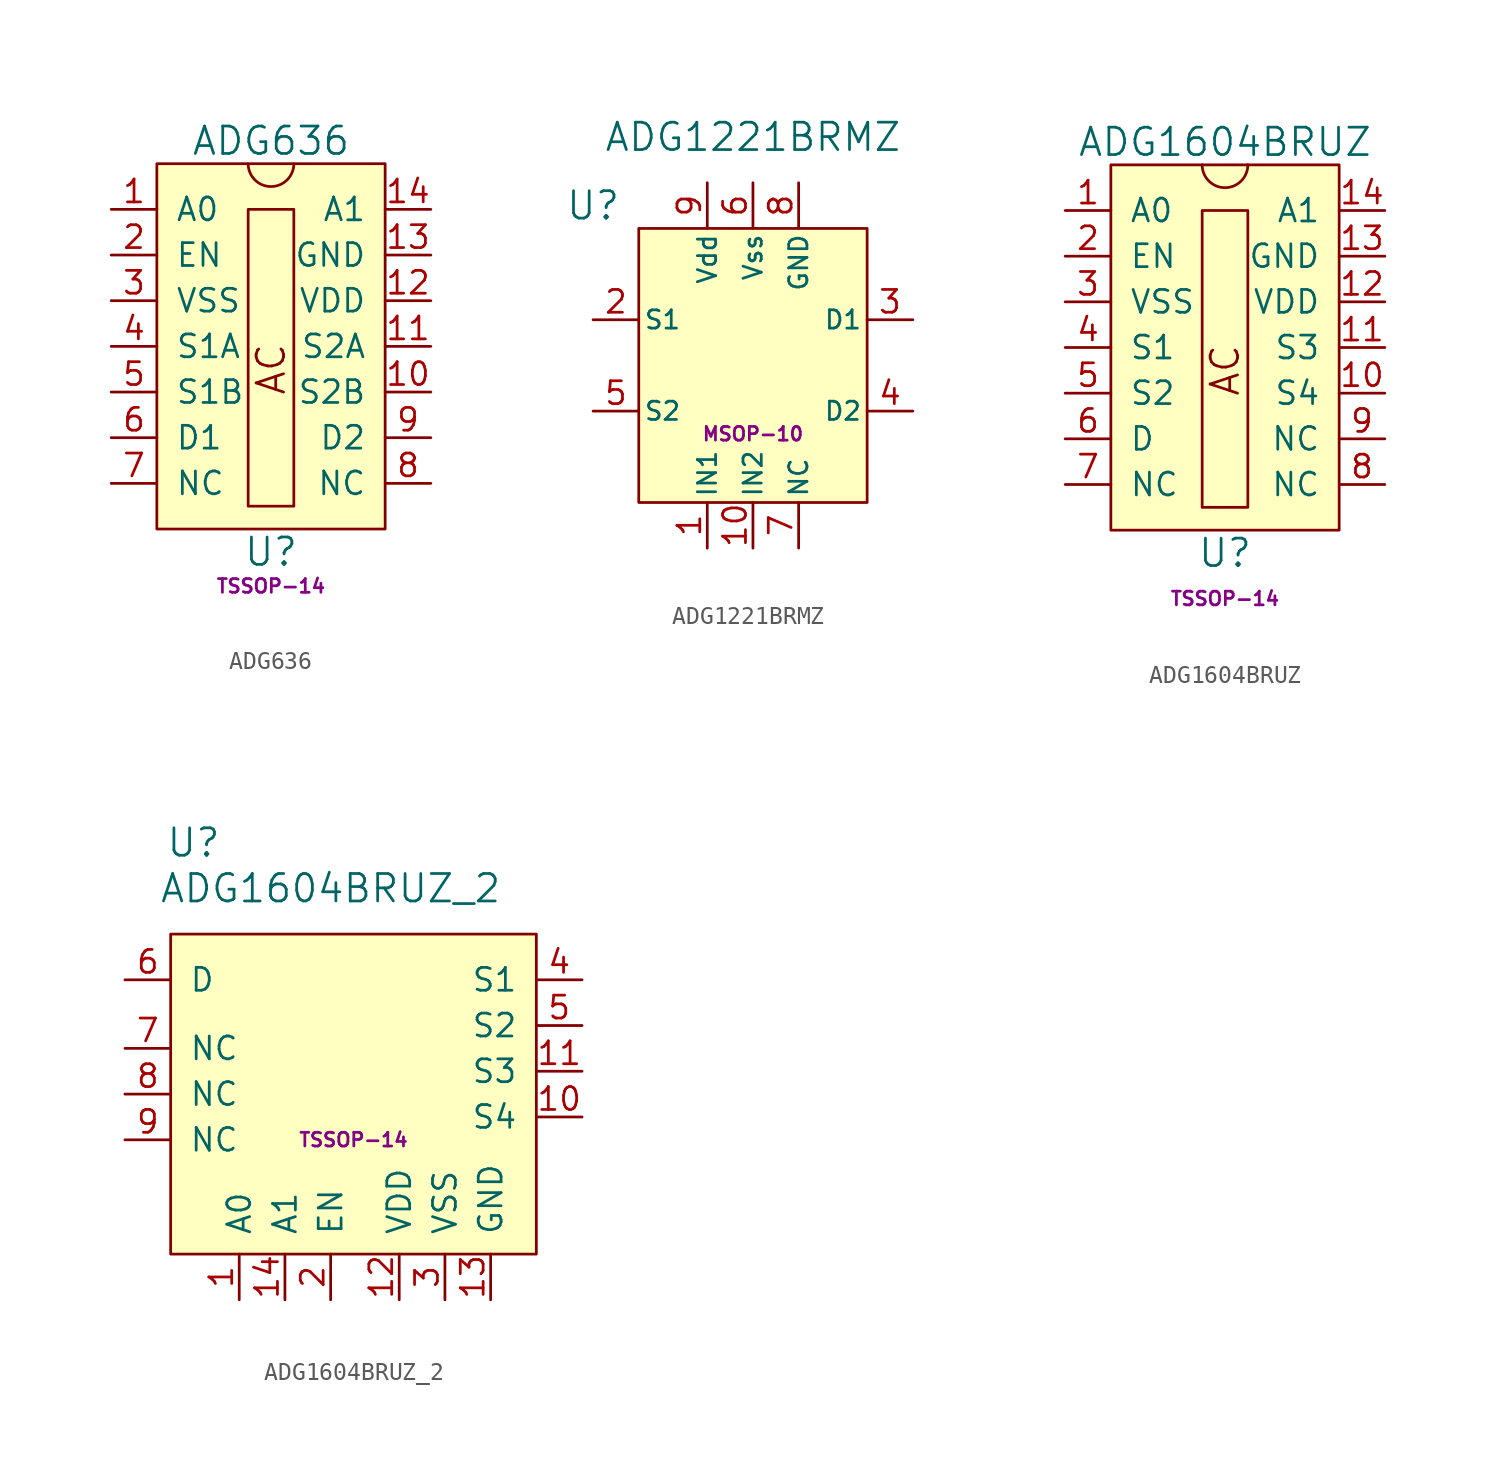
<source format=kicad_sym>
(kicad_symbol_lib
  (version 20220914)
  (generator kicad_symbol_editor)
  (symbol "ADG636"
    (pin_names
      (offset 1.016))
    (property "Reference" "U"
      (at 0 -10.16 0)
      (effects (font (size 1.524 1.524))))
    (property "Value" "ADG636"
      (at 0 12.7 0)
      (effects (font (size 1.524 1.524))))
    (property "Footprint" "TSSOP-14"
      (at 0 -12.065 0)
      (effects (font (size 0.762 0.762))))
    (property "Datasheet" ""
      (at 0 0 0)
      (effects (font (size 1.524 1.524))))
    (symbol "ADG636_0_0"
      (text "AC" (at 0 0 900) (effects (font (size 1.524 1.524)))))
    (symbol "ADG636_0_1"
      (rectangle (start -6.35 11.43) (end 6.35 -8.89) (stroke (width 0) (type default)) (fill (type background)))
      (arc (start -1.27 11.43) (mid 0 10.1655) (end 1.27 11.43) (stroke (width 0) (type default)) (fill (type none)))
      (polyline (pts (xy -1.27 8.89) (xy 1.27 8.89) (xy 1.27 -7.62) (xy -1.27 -7.62) (xy -1.27 8.89) (xy -1.27 8.89)) (stroke (width 0) (type default)) (fill (type none))))
    (symbol "ADG636_1_1"
      (pin bidirectional line (at -8.89 8.89 0) (length 2.54) (name "A0" (effects (font (size 1.27 1.27)))) (number "1" (effects (font (size 1.27 1.27)))))
      (pin bidirectional line (at 8.89 -1.27 180) (length 2.54) (name "S2B" (effects (font (size 1.27 1.27)))) (number "10" (effects (font (size 1.27 1.27)))))
      (pin bidirectional line (at 8.89 1.27 180) (length 2.54) (name "S2A" (effects (font (size 1.27 1.27)))) (number "11" (effects (font (size 1.27 1.27)))))
      (pin bidirectional line (at 8.89 3.81 180) (length 2.54) (name "VDD" (effects (font (size 1.27 1.27)))) (number "12" (effects (font (size 1.27 1.27)))))
      (pin bidirectional line (at 8.89 6.35 180) (length 2.54) (name "GND" (effects (font (size 1.27 1.27)))) (number "13" (effects (font (size 1.27 1.27)))))
      (pin bidirectional line (at 8.89 8.89 180) (length 2.54) (name "A1" (effects (font (size 1.27 1.27)))) (number "14" (effects (font (size 1.27 1.27)))))
      (pin bidirectional line (at -8.89 6.35 0) (length 2.54) (name "EN" (effects (font (size 1.27 1.27)))) (number "2" (effects (font (size 1.27 1.27)))))
      (pin bidirectional line (at -8.89 3.81 0) (length 2.54) (name "VSS" (effects (font (size 1.27 1.27)))) (number "3" (effects (font (size 1.27 1.27)))))
      (pin bidirectional line (at -8.89 1.27 0) (length 2.54) (name "S1A" (effects (font (size 1.27 1.27)))) (number "4" (effects (font (size 1.27 1.27)))))
      (pin bidirectional line (at -8.89 -1.27 0) (length 2.54) (name "S1B" (effects (font (size 1.27 1.27)))) (number "5" (effects (font (size 1.27 1.27)))))
      (pin bidirectional line (at -8.89 -3.81 0) (length 2.54) (name "D1" (effects (font (size 1.27 1.27)))) (number "6" (effects (font (size 1.27 1.27)))))
      (pin bidirectional line (at -8.89 -6.35 0) (length 2.54) (name "NC" (effects (font (size 1.27 1.27)))) (number "7" (effects (font (size 1.27 1.27)))))
      (pin bidirectional line (at 8.89 -6.35 180) (length 2.54) (name "NC" (effects (font (size 1.27 1.27)))) (number "8" (effects (font (size 1.27 1.27)))))
      (pin bidirectional line (at 8.89 -3.81 180) (length 2.54) (name "D2" (effects (font (size 1.27 1.27)))) (number "9" (effects (font (size 1.27 1.27)))))))
  (symbol "ADG1221BRMZ"
    (pin_names
      (offset 0.254))
    (property "Reference" "U"
      (at -8.89 8.89 0)
      (effects (font (size 1.524 1.524))))
    (property "Value" "ADG1221BRMZ"
      (at 0 12.7 0)
      (effects (font (size 1.524 1.524))))
    (property "Footprint" "MSOP-10"
      (at 0 -3.81 0)
      (effects (font (size 0.762 0.762))))
    (property "Datasheet" ""
      (at 0 0 0)
      (effects (font (size 1.524 1.524))))
    (symbol "ADG1221BRMZ_0_1"
      (rectangle (start -6.35 7.62) (end 6.35 -7.62) (stroke (width 0) (type default)) (fill (type background))))
    (symbol "ADG1221BRMZ_1_1"
      (pin bidirectional line (at -2.54 -10.16 90) (length 2.54) (name "IN1" (effects (font (size 1.016 1.016)))) (number "1" (effects (font (size 1.27 1.27)))))
      (pin bidirectional line (at 0 -10.16 90) (length 2.54) (name "IN2" (effects (font (size 1.016 1.016)))) (number "10" (effects (font (size 1.27 1.27)))))
      (pin bidirectional line (at -8.89 2.54 0) (length 2.54) (name "S1" (effects (font (size 1.016 1.016)))) (number "2" (effects (font (size 1.27 1.27)))))
      (pin bidirectional line (at 8.89 2.54 180) (length 2.54) (name "D1" (effects (font (size 1.016 1.016)))) (number "3" (effects (font (size 1.27 1.27)))))
      (pin bidirectional line (at 8.89 -2.54 180) (length 2.54) (name "D2" (effects (font (size 1.016 1.016)))) (number "4" (effects (font (size 1.27 1.27)))))
      (pin bidirectional line (at -8.89 -2.54 0) (length 2.54) (name "S2" (effects (font (size 1.016 1.016)))) (number "5" (effects (font (size 1.27 1.27)))))
      (pin bidirectional line (at 0 10.16 270) (length 2.54) (name "Vss" (effects (font (size 1.016 1.016)))) (number "6" (effects (font (size 1.27 1.27)))))
      (pin bidirectional line (at 2.54 -10.16 90) (length 2.54) (name "NC" (effects (font (size 1.016 1.016)))) (number "7" (effects (font (size 1.27 1.27)))))
      (pin bidirectional line (at 2.54 10.16 270) (length 2.54) (name "GND" (effects (font (size 1.016 1.016)))) (number "8" (effects (font (size 1.27 1.27)))))
      (pin bidirectional line (at -2.54 10.16 270) (length 2.54) (name "Vdd" (effects (font (size 1.016 1.016)))) (number "9" (effects (font (size 1.27 1.27)))))))
  (symbol "ADG1604BRUZ"
    (pin_names
      (offset 1.016))
    (property "Reference" "U"
      (at 0 -10.16 0)
      (effects (font (size 1.524 1.524))))
    (property "Value" "ADG1604BRUZ"
      (at 0 12.7 0)
      (effects (font (size 1.524 1.524))))
    (property "Footprint" "TSSOP-14"
      (at 0 -12.7 0)
      (effects (font (size 0.762 0.762))))
    (property "Datasheet" ""
      (at 0 0 0)
      (effects (font (size 1.524 1.524))))
    (symbol "ADG1604BRUZ_0_0"
      (text "AC" (at 0 0 900) (effects (font (size 1.524 1.524)))))
    (symbol "ADG1604BRUZ_0_1"
      (rectangle (start -6.35 11.43) (end 6.35 -8.89) (stroke (width 0) (type default)) (fill (type background)))
      (arc (start -1.27 11.43) (mid 0 10.1655) (end 1.27 11.43) (stroke (width 0) (type default)) (fill (type none)))
      (polyline (pts (xy -1.27 8.89) (xy 1.27 8.89) (xy 1.27 -7.62) (xy -1.27 -7.62) (xy -1.27 8.89) (xy -1.27 8.89)) (stroke (width 0) (type default)) (fill (type none))))
    (symbol "ADG1604BRUZ_1_1"
      (pin bidirectional line (at -8.89 8.89 0) (length 2.54) (name "A0" (effects (font (size 1.27 1.27)))) (number "1" (effects (font (size 1.27 1.27)))))
      (pin bidirectional line (at 8.89 -1.27 180) (length 2.54) (name "S4" (effects (font (size 1.27 1.27)))) (number "10" (effects (font (size 1.27 1.27)))))
      (pin bidirectional line (at 8.89 1.27 180) (length 2.54) (name "S3" (effects (font (size 1.27 1.27)))) (number "11" (effects (font (size 1.27 1.27)))))
      (pin bidirectional line (at 8.89 3.81 180) (length 2.54) (name "VDD" (effects (font (size 1.27 1.27)))) (number "12" (effects (font (size 1.27 1.27)))))
      (pin bidirectional line (at 8.89 6.35 180) (length 2.54) (name "GND" (effects (font (size 1.27 1.27)))) (number "13" (effects (font (size 1.27 1.27)))))
      (pin bidirectional line (at 8.89 8.89 180) (length 2.54) (name "A1" (effects (font (size 1.27 1.27)))) (number "14" (effects (font (size 1.27 1.27)))))
      (pin bidirectional line (at -8.89 6.35 0) (length 2.54) (name "EN" (effects (font (size 1.27 1.27)))) (number "2" (effects (font (size 1.27 1.27)))))
      (pin bidirectional line (at -8.89 3.81 0) (length 2.54) (name "VSS" (effects (font (size 1.27 1.27)))) (number "3" (effects (font (size 1.27 1.27)))))
      (pin bidirectional line (at -8.89 1.27 0) (length 2.54) (name "S1" (effects (font (size 1.27 1.27)))) (number "4" (effects (font (size 1.27 1.27)))))
      (pin bidirectional line (at -8.89 -1.27 0) (length 2.54) (name "S2" (effects (font (size 1.27 1.27)))) (number "5" (effects (font (size 1.27 1.27)))))
      (pin bidirectional line (at -8.89 -3.81 0) (length 2.54) (name "D" (effects (font (size 1.27 1.27)))) (number "6" (effects (font (size 1.27 1.27)))))
      (pin bidirectional line (at -8.89 -6.35 0) (length 2.54) (name "NC" (effects (font (size 1.27 1.27)))) (number "7" (effects (font (size 1.27 1.27)))))
      (pin bidirectional line (at 8.89 -6.35 180) (length 2.54) (name "NC" (effects (font (size 1.27 1.27)))) (number "8" (effects (font (size 1.27 1.27)))))
      (pin bidirectional line (at 8.89 -3.81 180) (length 2.54) (name "NC" (effects (font (size 1.27 1.27)))) (number "9" (effects (font (size 1.27 1.27)))))))
  (symbol "ADG1604BRUZ_2"
    (pin_names
      (offset 1.016))
    (property "Reference" "U"
      (at -8.89 16.51 0)
      (effects (font (size 1.524 1.524))))
    (property "Value" "ADG1604BRUZ_2"
      (at -1.27 13.97 0)
      (effects (font (size 1.524 1.524))))
    (property "Footprint" "TSSOP-14"
      (at 0 0 0)
      (effects (font (size 0.762 0.762))))
    (property "Datasheet" ""
      (at 0 0 0)
      (effects (font (size 1.524 1.524))))
    (symbol "ADG1604BRUZ_2_0_1"
      (rectangle (start -10.16 11.43) (end 10.16 -6.35) (stroke (width 0) (type default)) (fill (type background))))
    (symbol "ADG1604BRUZ_2_1_1"
      (pin bidirectional line (at -6.35 -8.89 90) (length 2.54) (name "A0" (effects (font (size 1.27 1.27)))) (number "1" (effects (font (size 1.27 1.27)))))
      (pin bidirectional line (at 12.7 1.27 180) (length 2.54) (name "S4" (effects (font (size 1.27 1.27)))) (number "10" (effects (font (size 1.27 1.27)))))
      (pin bidirectional line (at 12.7 3.81 180) (length 2.54) (name "S3" (effects (font (size 1.27 1.27)))) (number "11" (effects (font (size 1.27 1.27)))))
      (pin bidirectional line (at 2.54 -8.89 90) (length 2.54) (name "VDD" (effects (font (size 1.27 1.27)))) (number "12" (effects (font (size 1.27 1.27)))))
      (pin bidirectional line (at 7.62 -8.89 90) (length 2.54) (name "GND" (effects (font (size 1.27 1.27)))) (number "13" (effects (font (size 1.27 1.27)))))
      (pin bidirectional line (at -3.81 -8.89 90) (length 2.54) (name "A1" (effects (font (size 1.27 1.27)))) (number "14" (effects (font (size 1.27 1.27)))))
      (pin bidirectional line (at -1.27 -8.89 90) (length 2.54) (name "EN" (effects (font (size 1.27 1.27)))) (number "2" (effects (font (size 1.27 1.27)))))
      (pin bidirectional line (at 5.08 -8.89 90) (length 2.54) (name "VSS" (effects (font (size 1.27 1.27)))) (number "3" (effects (font (size 1.27 1.27)))))
      (pin bidirectional line (at 12.7 8.89 180) (length 2.54) (name "S1" (effects (font (size 1.27 1.27)))) (number "4" (effects (font (size 1.27 1.27)))))
      (pin bidirectional line (at 12.7 6.35 180) (length 2.54) (name "S2" (effects (font (size 1.27 1.27)))) (number "5" (effects (font (size 1.27 1.27)))))
      (pin bidirectional line (at -12.7 8.89 0) (length 2.54) (name "D" (effects (font (size 1.27 1.27)))) (number "6" (effects (font (size 1.27 1.27)))))
      (pin bidirectional line (at -12.7 5.08 0) (length 2.54) (name "NC" (effects (font (size 1.27 1.27)))) (number "7" (effects (font (size 1.27 1.27)))))
      (pin bidirectional line (at -12.7 2.54 0) (length 2.54) (name "NC" (effects (font (size 1.27 1.27)))) (number "8" (effects (font (size 1.27 1.27)))))
      (pin bidirectional line (at -12.7 0 0) (length 2.54) (name "NC" (effects (font (size 1.27 1.27)))) (number "9" (effects (font (size 1.27 1.27))))))))
</source>
